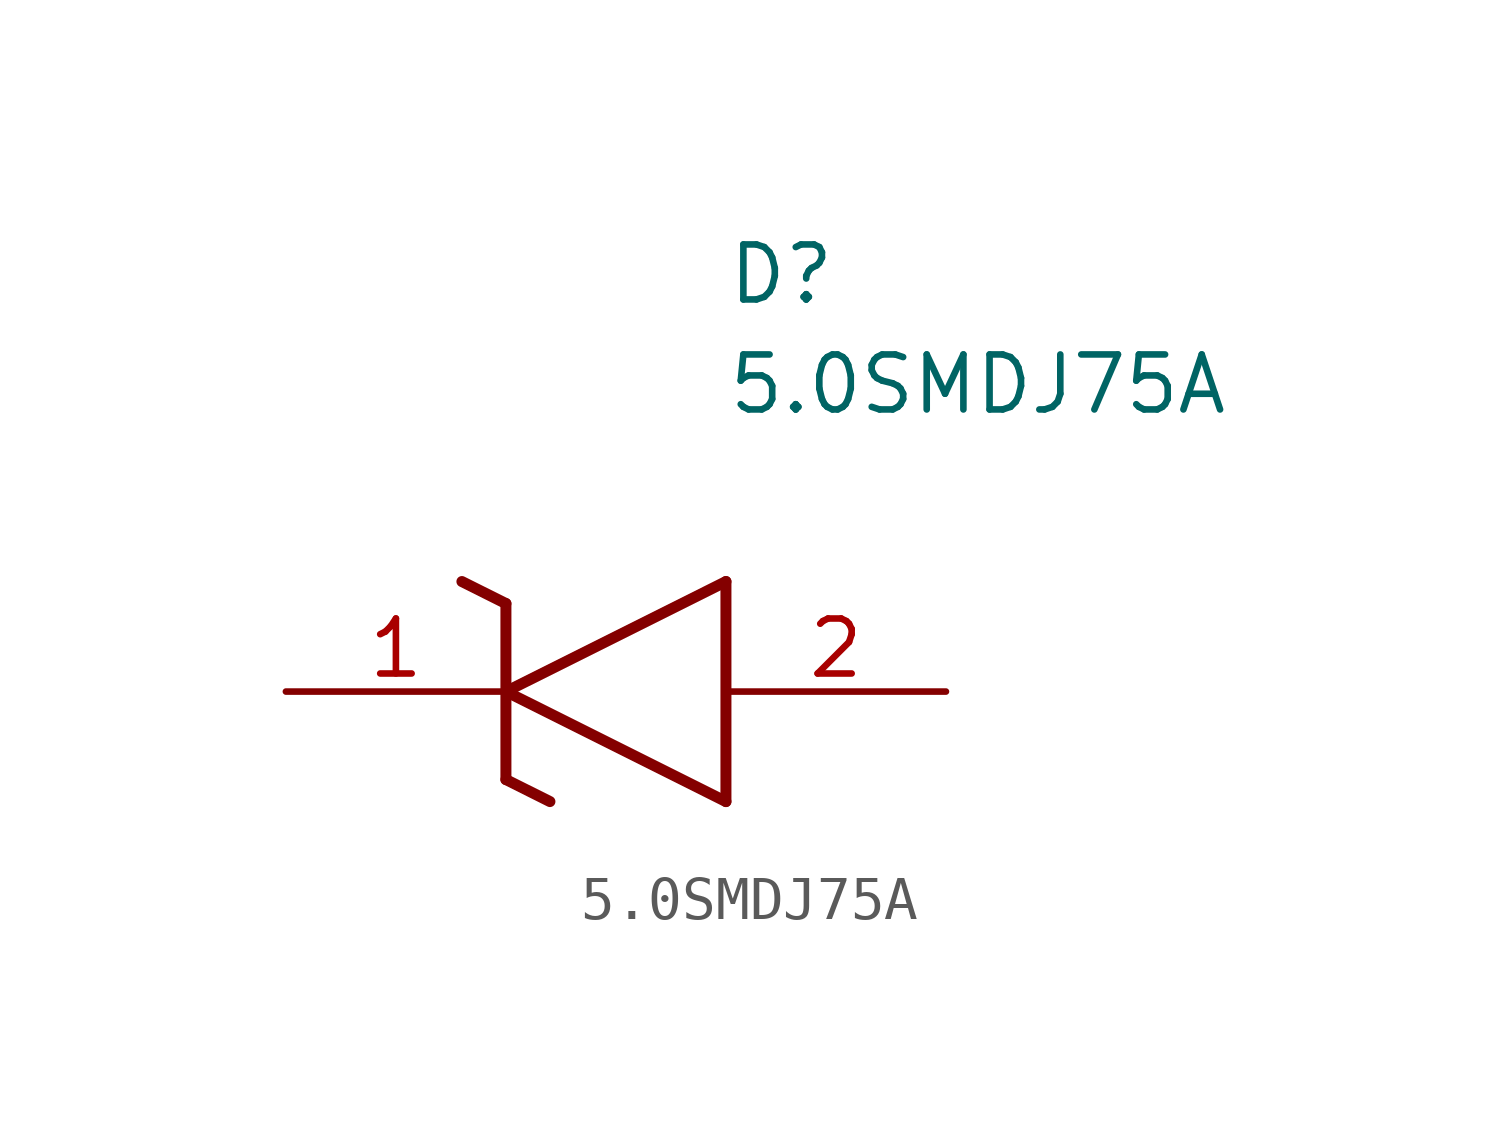
<source format=kicad_sym>
(kicad_symbol_lib
  (version 20211014)
  (generator SamacSys_ECAD_Model)
  (symbol "5.0SMDJ75A"
    (pin_names hide)
    (property "Reference" "D"
      (at 10.16 8.89 0)
      (effects (font (size 1.27 1.27)) (justify left bottom)))
    (property "Value" "5.0SMDJ75A"
      (at 10.16 6.35 0)
      (effects (font (size 1.27 1.27)) (justify left bottom)))
    (polyline
      (pts (xy 5.08 0) (xy 10.16 2.54))
      (stroke (width 0.254) (type default))
      (fill (type none)))
    (polyline
      (pts (xy 10.16 -2.54) (xy 10.16 2.54))
      (stroke (width 0.254) (type default))
      (fill (type none)))
    (polyline
      (pts (xy 10.16 -2.54) (xy 5.08 0))
      (stroke (width 0.254) (type default))
      (fill (type none)))
    (polyline
      (pts (xy 5.08 -2.032) (xy 6.096 -2.54))
      (stroke (width 0.254) (type default))
      (fill (type none)))
    (polyline
      (pts (xy 5.08 -2.032) (xy 5.08 2.032))
      (stroke (width 0.254) (type default))
      (fill (type none)))
    (polyline
      (pts (xy 4.064 2.54) (xy 5.08 2.032))
      (stroke (width 0.254) (type default))
      (fill (type none)))
    (pin passive line
      (at 0 0 0)
      (length 5.08)
      (name "K" (effects (font (size 1.27 1.27))))
      (number "1" (effects (font (size 1.27 1.27)))))
    (pin passive line
      (at 15.24 0 180)
      (length 5.08)
      (name "A" (effects (font (size 1.27 1.27))))
      (number "2" (effects (font (size 1.27 1.27)))))))
</source>
